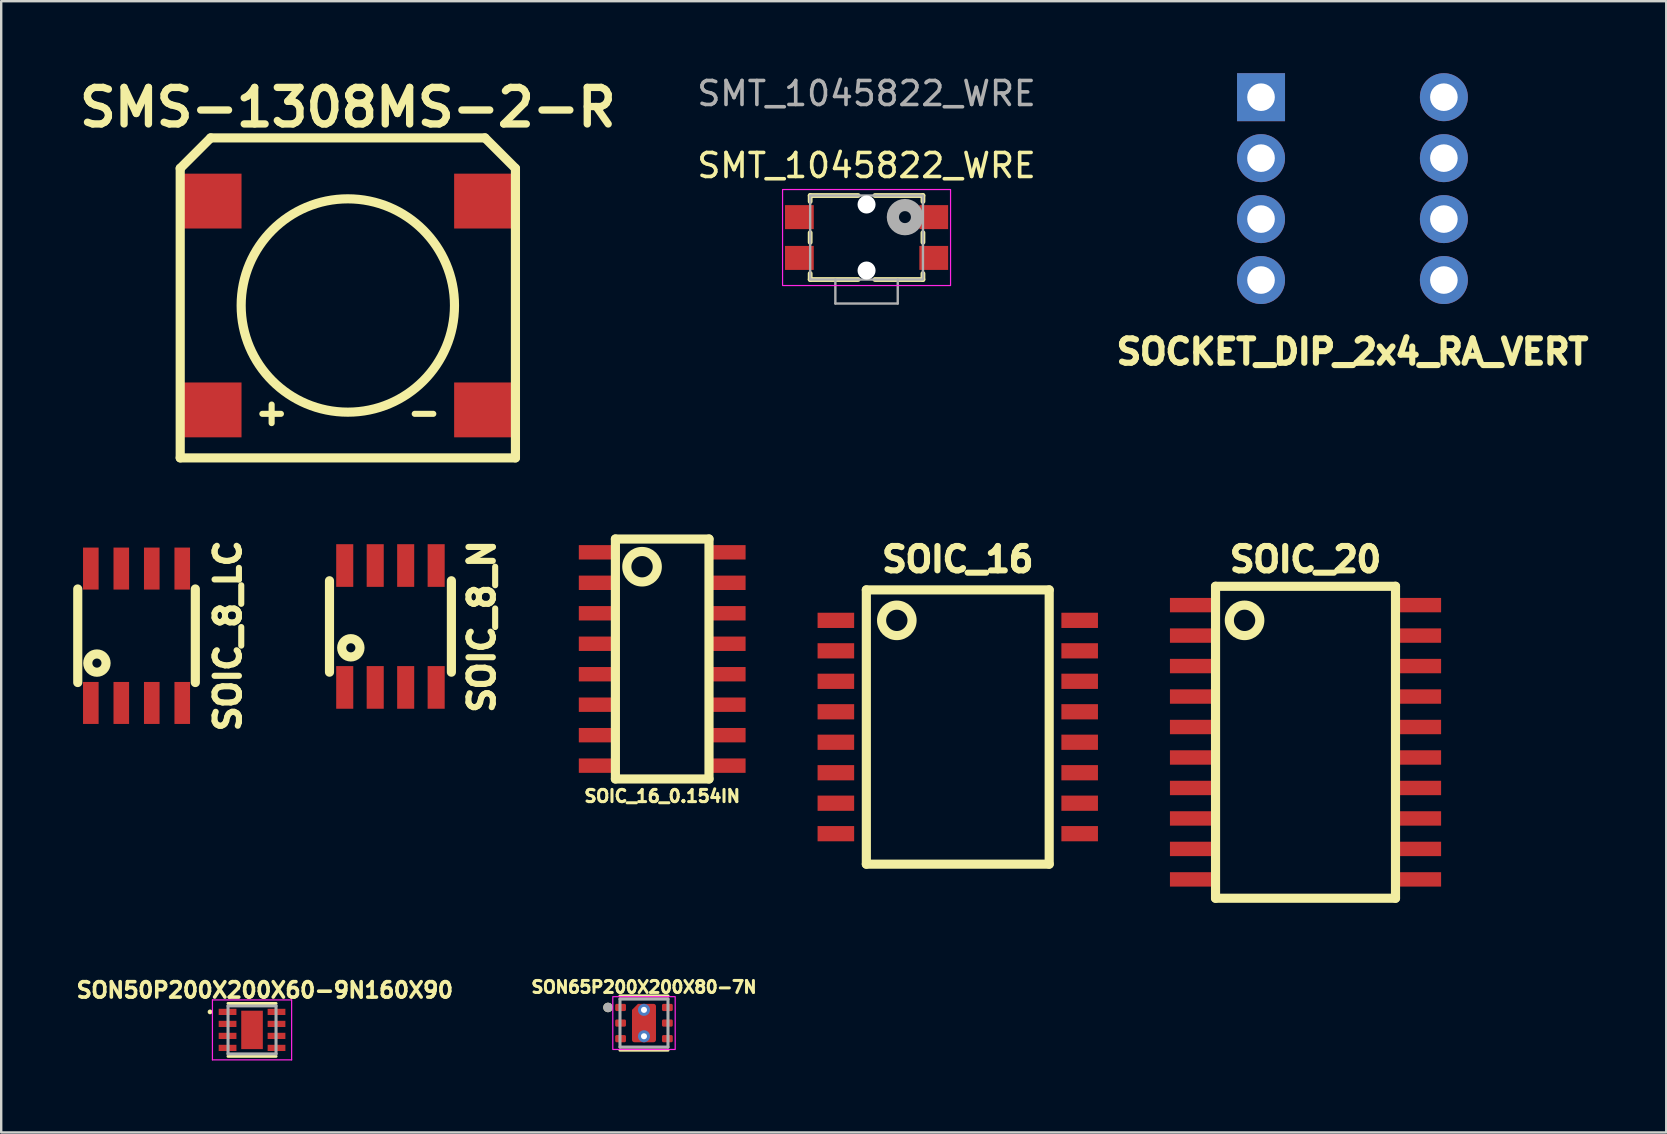
<source format=kicad_pcb>
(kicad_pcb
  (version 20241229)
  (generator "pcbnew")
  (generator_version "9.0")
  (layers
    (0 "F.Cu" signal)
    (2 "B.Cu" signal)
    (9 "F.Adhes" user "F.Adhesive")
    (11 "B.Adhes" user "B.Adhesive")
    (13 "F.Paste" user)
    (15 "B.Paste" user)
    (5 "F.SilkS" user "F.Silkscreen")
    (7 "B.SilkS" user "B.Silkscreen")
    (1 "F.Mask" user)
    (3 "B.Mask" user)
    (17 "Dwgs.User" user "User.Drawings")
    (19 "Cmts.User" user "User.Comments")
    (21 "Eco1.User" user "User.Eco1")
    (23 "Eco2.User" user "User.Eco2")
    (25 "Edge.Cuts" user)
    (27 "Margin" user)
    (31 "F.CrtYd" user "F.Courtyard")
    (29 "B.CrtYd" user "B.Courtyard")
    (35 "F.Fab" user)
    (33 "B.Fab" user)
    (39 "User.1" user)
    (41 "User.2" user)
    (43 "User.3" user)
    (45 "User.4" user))
  (footprint "SON50P200X200X60-9N160X90"
    (layer "F.Cu")
    (at 7.453 39.869)
    (property "Reference" "SON50P200X200X60-9N160X90" (at 0.532 -1.658 0) (layer "F.SilkS") (effects (font (size 0.641 0.641) (thickness 0.15))))
    (attr smd)
    (fp_line (start -1 -1.1) (end 1 -1.1) (stroke (width 0.127) (type solid)) (layer "F.SilkS"))
    (fp_line (start -1 1.1) (end 1 1.1) (stroke (width 0.127) (type solid)) (layer "F.SilkS"))
    (fp_circle (center -1.75 -0.75) (end -1.7 -0.75) (stroke (width 0.1) (type solid)) (fill no) (layer "F.SilkS"))
    (fp_poly (pts (xy -0.285 -0.505) (xy 0.285 -0.505) (xy 0.285 0.505) (xy -0.285 0.505)) (stroke (width 0.0001) (type solid)) (fill yes) (layer "F.Paste"))
    (fp_line (start -1.65 -1.25) (end 1.65 -1.25) (stroke (width 0.05) (type solid)) (layer "F.CrtYd"))
    (fp_line (start -1.65 1.25) (end -1.65 -1.25) (stroke (width 0.05) (type solid)) (layer "F.CrtYd"))
    (fp_line (start 1.65 -1.25) (end 1.65 1.25) (stroke (width 0.05) (type solid)) (layer "F.CrtYd"))
    (fp_line (start 1.65 1.25) (end -1.65 1.25) (stroke (width 0.05) (type solid)) (layer "F.CrtYd"))
    (fp_line (start -1 -1) (end 1 -1) (stroke (width 0.127) (type solid)) (layer "F.Fab"))
    (fp_line (start -1 1) (end -1 -1) (stroke (width 0.127) (type solid)) (layer "F.Fab"))
    (fp_line (start 1 -1) (end 1 1) (stroke (width 0.127) (type solid)) (layer "F.Fab"))
    (fp_line (start 1 1) (end -1 1) (stroke (width 0.127) (type solid)) (layer "F.Fab"))
    (pad "1" smd roundrect (at -1.02 -0.75) (size 0.74 0.26) (layers "F.Cu" "F.Mask" "F.Paste") (roundrect_rratio 0.01))
    (pad "2" smd roundrect (at -1.02 -0.25) (size 0.74 0.26) (layers "F.Cu" "F.Mask" "F.Paste") (roundrect_rratio 0.01))
    (pad "3" smd roundrect (at -1.02 0.25) (size 0.74 0.26) (layers "F.Cu" "F.Mask" "F.Paste") (roundrect_rratio 0.01))
    (pad "4" smd roundrect (at -1.02 0.75) (size 0.74 0.26) (layers "F.Cu" "F.Mask" "F.Paste") (roundrect_rratio 0.01))
    (pad "5" smd roundrect (at 1.02 0.75) (size 0.74 0.26) (layers "F.Cu" "F.Mask" "F.Paste") (roundrect_rratio 0.01))
    (pad "6" smd roundrect (at 1.02 0.25) (size 0.74 0.26) (layers "F.Cu" "F.Mask" "F.Paste") (roundrect_rratio 0.01))
    (pad "7" smd roundrect (at 1.02 -0.25) (size 0.74 0.26) (layers "F.Cu" "F.Mask" "F.Paste") (roundrect_rratio 0.01))
    (pad "8" smd roundrect (at 1.02 -0.75) (size 0.74 0.26) (layers "F.Cu" "F.Mask" "F.Paste") (roundrect_rratio 0.01))
    (pad "9" smd rect (at 0 0 90) (size 1.6 0.9) (layers "F.Cu" "F.Mask")))
  (footprint "SOIC_16"
    (layer "F.Cu")
    (at 36.863 26.612)
    (property "Reference" "SOIC_16" (at 0 -6.35 0) (layer "F.SilkS") (effects (font (size 1.016 1.016) (thickness 0.254))))
    (property "Value" "${VALUE}" (at 0 0 90) (layer "F.SilkS") (hide yes) (effects (font (size 1.016 1.016) (thickness 0.254))))
    (attr through_hole)
    (fp_line (start -3.81 -5.08) (end -3.81 6.35) (stroke (width 0.381) (type solid)) (layer "F.SilkS"))
    (fp_line (start -3.81 6.35) (end 3.81 6.35) (stroke (width 0.381) (type solid)) (layer "F.SilkS"))
    (fp_line (start 3.81 -5.08) (end -3.81 -5.08) (stroke (width 0.381) (type solid)) (layer "F.SilkS"))
    (fp_line (start 3.81 6.35) (end 3.81 -5.08) (stroke (width 0.381) (type solid)) (layer "F.SilkS"))
    (fp_circle (center -2.54 -3.81) (end -2.54 -4.445) (stroke (width 0.381) (type solid)) (fill no) (layer "F.SilkS"))
    (pad "1" smd rect (at -5.08 -3.81) (size 1.524 0.635) (layers "F.Cu" "F.Mask" "F.Paste"))
    (pad "2" smd rect (at -5.08 -2.54) (size 1.524 0.635) (layers "F.Cu" "F.Mask" "F.Paste"))
    (pad "3" smd rect (at -5.08 -1.27) (size 1.524 0.635) (layers "F.Cu" "F.Mask" "F.Paste"))
    (pad "4" smd rect (at -5.08 0) (size 1.524 0.635) (layers "F.Cu" "F.Mask" "F.Paste"))
    (pad "5" smd rect (at -5.08 1.27) (size 1.524 0.635) (layers "F.Cu" "F.Mask" "F.Paste"))
    (pad "6" smd rect (at -5.08 2.54) (size 1.524 0.635) (layers "F.Cu" "F.Mask" "F.Paste"))
    (pad "7" smd rect (at -5.08 3.81) (size 1.524 0.635) (layers "F.Cu" "F.Mask" "F.Paste"))
    (pad "8" smd rect (at -5.08 5.08) (size 1.524 0.635) (layers "F.Cu" "F.Mask" "F.Paste"))
    (pad "9" smd rect (at 5.08 5.08) (size 1.524 0.635) (layers "F.Cu" "F.Mask" "F.Paste"))
    (pad "10" smd rect (at 5.08 3.81) (size 1.524 0.635) (layers "F.Cu" "F.Mask" "F.Paste"))
    (pad "11" smd rect (at 5.08 2.54) (size 1.524 0.635) (layers "F.Cu" "F.Mask" "F.Paste"))
    (pad "12" smd rect (at 5.08 1.27) (size 1.524 0.635) (layers "F.Cu" "F.Mask" "F.Paste"))
    (pad "13" smd rect (at 5.08 0) (size 1.524 0.635) (layers "F.Cu" "F.Mask" "F.Paste"))
    (pad "14" smd rect (at 5.08 -1.27) (size 1.524 0.635) (layers "F.Cu" "F.Mask" "F.Paste"))
    (pad "15" smd rect (at 5.08 -2.54) (size 1.524 0.635) (layers "F.Cu" "F.Mask" "F.Paste"))
    (pad "16" smd rect (at 5.08 -3.81) (size 1.524 0.635) (layers "F.Cu" "F.Mask" "F.Paste")))
  (footprint "SMS-1308MS-2-R"
    (layer "F.Cu")
    (at 11.445 9.681)
    (property "Reference" "SMS-1308MS-2-R" (at 0 -8.255 0) (layer "F.SilkS") (effects (font (size 1.524 1.524) (thickness 0.305))))
    (property "Value" "${VALUE}" (at 0 8.255 0) (layer "F.SilkS") (hide yes) (effects (font (size 1.524 1.524) (thickness 0.305))))
    (attr through_hole)
    (fp_line (start -6.985 -5.715) (end -6.985 6.35) (stroke (width 0.381) (type solid)) (layer "F.SilkS"))
    (fp_line (start -6.985 -5.715) (end -5.715 -6.985) (stroke (width 0.381) (type solid)) (layer "F.SilkS"))
    (fp_line (start -5.715 -6.985) (end 5.715 -6.985) (stroke (width 0.381) (type solid)) (layer "F.SilkS"))
    (fp_line (start 6.985 -5.715) (end 5.715 -6.985) (stroke (width 0.381) (type solid)) (layer "F.SilkS"))
    (fp_line (start 6.985 -5.715) (end 6.985 6.35) (stroke (width 0.381) (type solid)) (layer "F.SilkS"))
    (fp_line (start 6.985 6.35) (end -6.985 6.35) (stroke (width 0.381) (type solid)) (layer "F.SilkS"))
    (fp_circle (center 0 0) (end 0 -4.445) (stroke (width 0.381) (type solid)) (fill no) (layer "F.SilkS"))
    (fp_text user "+" (at -3.175 4.445 0) (layer "F.SilkS") (effects (font (size 1.016 1.016) (thickness 0.254))))
    (fp_text user "-" (at 3.175 4.445 0) (layer "F.SilkS") (effects (font (size 1.016 1.016) (thickness 0.254))))
    (pad "" smd rect (at -5.7 -4.351) (size 2.54 2.286) (layers "F.Cu" "F.Mask" "F.Paste"))
    (pad "" smd rect (at 5.7 -4.351) (size 2.54 2.286) (layers "F.Cu" "F.Mask" "F.Paste"))
    (pad "1" smd rect (at -5.7 4.351) (size 2.54 2.286) (layers "F.Cu" "F.Mask" "F.Paste"))
    (pad "2" smd rect (at 5.7 4.351) (size 2.54 2.286) (layers "F.Cu" "F.Mask" "F.Paste")))
  (footprint "SOCKET_DIP_2x4_RA_VERT"
    (layer "F.Cu")
    (at 53.311 4.81)
    (property "Reference" "SOCKET_DIP_2x4_RA_VERT" (at 0 6.8 180) (layer "F.SilkS") (effects (font (size 1.016 1.016) (thickness 0.254))))
    (property "Value" "${VALUE}" (at 0 0 270) (layer "F.SilkS") (hide yes) (effects (font (size 1.016 1.016) (thickness 0.254))))
    (attr through_hole)
    (pad "1" thru_hole rect (at -3.81 -3.81 90) (size 2 2) (drill 1.15) (layers "*.Cu" "*.Mask"))
    (pad "2" thru_hole circle (at -3.81 -1.27 90) (size 2 2) (drill 1.15) (layers "*.Cu" "*.Mask"))
    (pad "3" thru_hole circle (at -3.81 1.27 90) (size 2 2) (drill 1.15) (layers "*.Cu" "*.Mask"))
    (pad "4" thru_hole circle (at -3.81 3.81 90) (size 2 2) (drill 1.15) (layers "*.Cu" "*.Mask"))
    (pad "5" thru_hole circle (at 3.81 3.81 90) (size 2 2) (drill 1.15) (layers "*.Cu" "*.Mask"))
    (pad "6" thru_hole circle (at 3.81 1.27 90) (size 2 2) (drill 1.15) (layers "*.Cu" "*.Mask"))
    (pad "7" thru_hole circle (at 3.81 -1.27 90) (size 2 2) (drill 1.15) (layers "*.Cu" "*.Mask"))
    (pad "8" thru_hole circle (at 3.81 -3.81 90) (size 2 2) (drill 1.15) (layers "*.Cu" "*.Mask")))
  (footprint "SOIC_8_LC"
    (layer "F.Cu")
    (at 2.64 23.444)
    (property "Reference" "SOIC_8_LC" (at 3.81 0 90) (layer "F.SilkS") (effects (font (size 1.016 1.016) (thickness 0.254))))
    (attr through_hole)
    (fp_line (start -2.45 -1.95) (end -2.45 1.95) (stroke (width 0.381) (type solid)) (layer "F.SilkS"))
    (fp_line (start 2.45 -1.95) (end 2.45 1.95) (stroke (width 0.381) (type solid)) (layer "F.SilkS"))
    (fp_circle (center -1.651 1.139) (end -1.651 0.758) (stroke (width 0.381) (type solid)) (fill no) (layer "F.SilkS"))
    (pad "1" smd rect (at -1.905 2.8) (size 0.65 1.75) (layers "F.Cu" "F.Mask"))
    (pad "2" smd rect (at -0.635 2.8) (size 0.65 1.75) (layers "F.Cu" "F.Mask"))
    (pad "3" smd rect (at 0.635 2.8) (size 0.65 1.75) (layers "F.Cu" "F.Mask"))
    (pad "4" smd rect (at 1.905 2.8) (size 0.65 1.75) (layers "F.Cu" "F.Mask"))
    (pad "5" smd rect (at 1.905 -2.8) (size 0.65 1.75) (layers "F.Cu" "F.Mask"))
    (pad "6" smd rect (at 0.635 -2.8) (size 0.65 1.75) (layers "F.Cu" "F.Mask"))
    (pad "7" smd rect (at -0.635 -2.8) (size 0.65 1.75) (layers "F.Cu" "F.Mask"))
    (pad "8" smd rect (at -1.905 -2.8) (size 0.65 1.75) (layers "F.Cu" "F.Mask")))
  (footprint "SOIC_16_0.154IN"
    (layer "F.Cu")
    (at 24.546 24.412)
    (property "Reference" "SOIC_16_0.154IN" (at 0 5.715 0) (layer "F.SilkS") (effects (font (size 0.508 0.508) (thickness 0.127))))
    (property "Value" "${VALUE}" (at 0 -0.635 90) (layer "F.Fab") (hide yes) (effects (font (size 0.508 0.508) (thickness 0.127))))
    (attr through_hole)
    (fp_line (start -1.95 -5) (end -1.95 5) (stroke (width 0.381) (type solid)) (layer "F.SilkS"))
    (fp_line (start -1.95 5) (end 1.95 5) (stroke (width 0.381) (type solid)) (layer "F.SilkS"))
    (fp_line (start 1.95 -5) (end -1.95 -5) (stroke (width 0.381) (type solid)) (layer "F.SilkS"))
    (fp_line (start 1.95 5) (end 1.95 -5) (stroke (width 0.381) (type solid)) (layer "F.SilkS"))
    (fp_circle (center -0.84 -3.845) (end -0.84 -4.48) (stroke (width 0.381) (type solid)) (fill no) (layer "F.SilkS"))
    (pad "1" smd rect (at -2.7 -4.445) (size 1.55 0.6) (layers "F.Cu" "F.Mask" "F.Paste"))
    (pad "2" smd rect (at -2.7 -3.175) (size 1.55 0.6) (layers "F.Cu" "F.Mask" "F.Paste"))
    (pad "3" smd rect (at -2.7 -1.905) (size 1.55 0.6) (layers "F.Cu" "F.Mask" "F.Paste"))
    (pad "4" smd rect (at -2.7 -0.635) (size 1.55 0.6) (layers "F.Cu" "F.Mask" "F.Paste"))
    (pad "5" smd rect (at -2.7 0.635) (size 1.55 0.6) (layers "F.Cu" "F.Mask" "F.Paste"))
    (pad "6" smd rect (at -2.7 1.905) (size 1.55 0.6) (layers "F.Cu" "F.Mask" "F.Paste"))
    (pad "7" smd rect (at -2.7 3.175) (size 1.55 0.6) (layers "F.Cu" "F.Mask" "F.Paste"))
    (pad "8" smd rect (at -2.7 4.445) (size 1.55 0.6) (layers "F.Cu" "F.Mask" "F.Paste"))
    (pad "9" smd rect (at 2.7 4.445) (size 1.55 0.6) (layers "F.Cu" "F.Mask" "F.Paste"))
    (pad "10" smd rect (at 2.7 3.175) (size 1.55 0.6) (layers "F.Cu" "F.Mask" "F.Paste"))
    (pad "11" smd rect (at 2.7 1.905) (size 1.55 0.6) (layers "F.Cu" "F.Mask" "F.Paste"))
    (pad "12" smd rect (at 2.7 0.635) (size 1.55 0.6) (layers "F.Cu" "F.Mask" "F.Paste"))
    (pad "13" smd rect (at 2.7 -0.635) (size 1.55 0.6) (layers "F.Cu" "F.Mask" "F.Paste"))
    (pad "14" smd rect (at 2.7 -1.905) (size 1.55 0.6) (layers "F.Cu" "F.Mask" "F.Paste"))
    (pad "15" smd rect (at 2.7 -3.175) (size 1.55 0.6) (layers "F.Cu" "F.Mask" "F.Paste"))
    (pad "16" smd rect (at 2.7 -4.445) (size 1.55 0.6) (layers "F.Cu" "F.Mask" "F.Paste")))
  (footprint "SON65P200X200X80-7N"
    (layer "F.Cu")
    (at 23.787 39.584)
    (property "Reference" "SON65P200X200X80-7N" (at 0 -1.5 0) (layer "F.SilkS") (effects (font (size 0.5 0.5) (thickness 0.125) (bold yes))))
    (attr smd)
    (fp_line (start -1 -1.13) (end 1 -1.13) (stroke (width 0.127) (type solid)) (layer "F.SilkS"))
    (fp_line (start -1 1.13) (end 1 1.13) (stroke (width 0.127) (type solid)) (layer "F.SilkS"))
    (fp_circle (center -1.5 -0.65) (end -1.4 -0.65) (stroke (width 0.2) (type solid)) (fill no) (layer "F.SilkS"))
    (fp_rect (start -1.3 -1.1) (end 1.3 1.1) (stroke (width 0.05) (type default)) (fill no) (layer "F.CrtYd"))
    (fp_line (start -1 -1) (end -1 1) (stroke (width 0.127) (type solid)) (layer "F.Fab"))
    (fp_line (start -1 -1) (end 1 -1) (stroke (width 0.127) (type solid)) (layer "F.Fab"))
    (fp_line (start -1 1) (end 1 1) (stroke (width 0.127) (type solid)) (layer "F.Fab"))
    (fp_line (start 1 -1) (end 1 1) (stroke (width 0.127) (type solid)) (layer "F.Fab"))
    (fp_circle (center -1.5 -0.65) (end -1.4 -0.65) (stroke (width 0.2) (type solid)) (fill no) (layer "F.Fab"))
    (pad "" smd roundrect (at 0 -0.45) (size 1 0.7) (layers "F.Paste") (roundrect_rratio 0.1) (chamfer_ratio 0.4) (chamfer top_left))
    (pad "" smd roundrect (at 0 0.45) (size 1 0.7) (layers "F.Paste") (roundrect_rratio 0.1))
    (pad "1" smd roundrect (at -0.975 -0.65) (size 0.45 0.3) (layers "F.Cu" "F.Mask" "F.Paste") (roundrect_rratio 0.2))
    (pad "2" smd roundrect (at -0.975 0) (size 0.45 0.3) (layers "F.Cu" "F.Mask" "F.Paste") (roundrect_rratio 0.2))
    (pad "3" smd roundrect (at -0.975 0.65) (size 0.45 0.3) (layers "F.Cu" "F.Mask" "F.Paste") (roundrect_rratio 0.2))
    (pad "4" smd roundrect (at 0.975 0.65) (size 0.45 0.3) (layers "F.Cu" "F.Mask" "F.Paste") (roundrect_rratio 0.2))
    (pad "5" smd roundrect (at 0.975 0) (size 0.45 0.3) (layers "F.Cu" "F.Mask" "F.Paste") (roundrect_rratio 0.2))
    (pad "6" smd roundrect (at 0.975 -0.65) (size 0.45 0.3) (layers "F.Cu" "F.Mask" "F.Paste") (roundrect_rratio 0.2))
    (pad "7" thru_hole circle (at 0 -0.55) (size 0.5 0.5) (drill 0.254) (layers "*.Cu" "*.Mask"))
    (pad "7" smd roundrect (at 0 0) (size 1 1.6) (layers "F.Cu" "F.Mask") (roundrect_rratio 0.1) (chamfer_ratio 0.25) (chamfer top_left))
    (pad "7" thru_hole circle (at 0 0.55) (size 0.5 0.5) (drill 0.254) (layers "*.Cu" "*.Mask")))
  (footprint "SMT_1045822_WRE"
    (layer "F.Cu")
    (at 33.062 6.848)
    (property "Reference" "SMT_1045822_WRE" (at 0 -3 0) (unlocked yes) (layer "F.SilkS") (effects (font (size 1 1) (thickness 0.15))))
    (attr smd)
    (fp_line (start -2.35 -1.75) (end -2.35 -1.5) (stroke (width 0.2) (type default)) (layer "F.SilkS"))
    (fp_line (start -2.35 -1.75) (end -0.35 -1.75) (stroke (width 0.2) (type default)) (layer "F.SilkS"))
    (fp_line (start -2.35 -0.2) (end -2.35 0.2) (stroke (width 0.2) (type default)) (layer "F.SilkS"))
    (fp_line (start -2.35 1.75) (end -2.35 1.5) (stroke (width 0.2) (type default)) (layer "F.SilkS"))
    (fp_line (start -2.35 1.75) (end -0.35 1.75) (stroke (width 0.2) (type default)) (layer "F.SilkS"))
    (fp_line (start 0.35 -1.75) (end 2.35 -1.75) (stroke (width 0.2) (type default)) (layer "F.SilkS"))
    (fp_line (start 2.35 -1.75) (end 2.35 -1.5) (stroke (width 0.2) (type default)) (layer "F.SilkS"))
    (fp_line (start 2.35 -0.2) (end 2.35 0.2) (stroke (width 0.2) (type default)) (layer "F.SilkS"))
    (fp_line (start 2.35 1.75) (end 0.35 1.75) (stroke (width 0.2) (type default)) (layer "F.SilkS"))
    (fp_line (start 2.35 1.75) (end 2.35 1.5) (stroke (width 0.2) (type default)) (layer "F.SilkS"))
    (fp_rect (start -3.5 -2) (end 3.5 2) (stroke (width 0.05) (type default)) (fill no) (layer "F.CrtYd"))
    (fp_line (start -1.3 2.75) (end -1.3 1.75) (stroke (width 0.1) (type default)) (layer "F.Fab"))
    (fp_line (start -1.3 2.75) (end 1.3 2.75) (stroke (width 0.1) (type default)) (layer "F.Fab"))
    (fp_line (start 1.3 2.75) (end 1.3 1.75) (stroke (width 0.1) (type default)) (layer "F.Fab"))
    (fp_rect (start -2.35 -1.75) (end 2.35 1.75) (stroke (width 0.1) (type default)) (fill no) (layer "F.Fab"))
    (fp_circle (center 1.6 -0.85) (end 1.85 -0.85) (stroke (width 0.508) (type solid)) (fill no) (layer "F.Fab"))
    (fp_text user "${REFERENCE}" (at 0 -6 0) (unlocked yes) (layer "F.Fab") (effects (font (size 1 1) (thickness 0.15))))
    (pad "" np_thru_hole circle (at 0 -1.375) (size 0.75 0.75) (drill 0.75) (layers "*.Cu" "*.Mask"))
    (pad "" np_thru_hole circle (at 0 1.375) (size 0.75 0.75) (drill 0.75) (layers "*.Cu" "*.Mask"))
    (pad "1" smd rect (at 2.8 -0.85) (size 1.2 1) (layers "F.Cu" "F.Mask" "F.Paste"))
    (pad "2" smd rect (at 2.8 0.85) (size 1.2 1) (layers "F.Cu" "F.Mask" "F.Paste"))
    (pad "3" smd rect (at -2.8 -0.85) (size 1.2 1) (layers "F.Cu" "F.Mask" "F.Paste"))
    (pad "4" smd rect (at -2.8 0.85) (size 1.2 1) (layers "F.Cu" "F.Mask" "F.Paste")))
  (footprint "SOIC_8_N"
    (layer "F.Cu")
    (at 13.221 23.057)
    (property "Reference" "SOIC_8_N" (at 3.81 0 90) (layer "F.SilkS") (effects (font (size 1.016 1.016) (thickness 0.254))))
    (attr through_hole)
    (fp_line (start -2.54 -1.905) (end -2.54 1.905) (stroke (width 0.381) (type solid)) (layer "F.SilkS"))
    (fp_line (start 2.54 -1.905) (end 2.54 1.905) (stroke (width 0.381) (type solid)) (layer "F.SilkS"))
    (fp_circle (center -1.651 0.889) (end -1.651 0.508) (stroke (width 0.381) (type solid)) (fill no) (layer "F.SilkS"))
    (pad "1" smd rect (at -1.905 2.54) (size 0.711 1.778) (layers "F.Cu" "F.Mask"))
    (pad "2" smd rect (at -0.635 2.54) (size 0.711 1.778) (layers "F.Cu" "F.Mask"))
    (pad "3" smd rect (at 0.635 2.54) (size 0.711 1.778) (layers "F.Cu" "F.Mask"))
    (pad "4" smd rect (at 1.905 2.54) (size 0.711 1.778) (layers "F.Cu" "F.Mask"))
    (pad "5" smd rect (at 1.905 -2.54) (size 0.711 1.778) (layers "F.Cu" "F.Mask"))
    (pad "6" smd rect (at 0.635 -2.54) (size 0.711 1.778) (layers "F.Cu" "F.Mask"))
    (pad "7" smd rect (at -0.635 -2.54) (size 0.711 1.778) (layers "F.Cu" "F.Mask"))
    (pad "8" smd rect (at -1.905 -2.54) (size 0.711 1.778) (layers "F.Cu" "F.Mask")))
  (footprint "SOIC_20"
    (layer "F.Cu")
    (at 51.355 27.882)
    (property "Reference" "SOIC_20" (at 0 -7.62 0) (layer "F.SilkS") (effects (font (size 1.016 1.016) (thickness 0.254))))
    (property "Value" "${VALUE}" (at 0 0 0) (layer "F.SilkS") (hide yes) (effects (font (size 1.016 1.016) (thickness 0.254))))
    (attr through_hole)
    (fp_line (start -3.75 -6.5) (end -3.75 6.5) (stroke (width 0.381) (type solid)) (layer "F.SilkS"))
    (fp_line (start -3.75 6.5) (end 3.75 6.5) (stroke (width 0.381) (type solid)) (layer "F.SilkS"))
    (fp_line (start 3.75 -6.5) (end -3.75 -6.5) (stroke (width 0.381) (type solid)) (layer "F.SilkS"))
    (fp_line (start 3.75 6.5) (end 3.75 -6.5) (stroke (width 0.381) (type solid)) (layer "F.SilkS"))
    (fp_circle (center -2.54 -5.08) (end -2.54 -5.715) (stroke (width 0.381) (type solid)) (fill no) (layer "F.SilkS"))
    (pad "1" smd rect (at -4.65 -5.715) (size 2 0.6) (layers "F.Cu" "F.Mask" "F.Paste"))
    (pad "2" smd rect (at -4.65 -4.445) (size 2 0.6) (layers "F.Cu" "F.Mask" "F.Paste"))
    (pad "3" smd rect (at -4.65 -3.175) (size 2 0.6) (layers "F.Cu" "F.Mask" "F.Paste"))
    (pad "4" smd rect (at -4.65 -1.905) (size 2 0.6) (layers "F.Cu" "F.Mask" "F.Paste"))
    (pad "5" smd rect (at -4.65 -0.635) (size 2 0.6) (layers "F.Cu" "F.Mask" "F.Paste"))
    (pad "6" smd rect (at -4.65 0.635) (size 2 0.6) (layers "F.Cu" "F.Mask" "F.Paste"))
    (pad "7" smd rect (at -4.65 1.905) (size 2 0.6) (layers "F.Cu" "F.Mask" "F.Paste"))
    (pad "8" smd rect (at -4.65 3.175) (size 2 0.6) (layers "F.Cu" "F.Mask" "F.Paste"))
    (pad "9" smd rect (at -4.65 4.445) (size 2 0.6) (layers "F.Cu" "F.Mask" "F.Paste"))
    (pad "10" smd rect (at -4.65 5.715) (size 2 0.6) (layers "F.Cu" "F.Mask" "F.Paste"))
    (pad "11" smd rect (at 4.65 5.715) (size 2 0.6) (layers "F.Cu" "F.Mask" "F.Paste"))
    (pad "12" smd rect (at 4.65 4.445) (size 2 0.6) (layers "F.Cu" "F.Mask" "F.Paste"))
    (pad "13" smd rect (at 4.65 3.175) (size 2 0.6) (layers "F.Cu" "F.Mask" "F.Paste"))
    (pad "14" smd rect (at 4.65 1.905) (size 2 0.6) (layers "F.Cu" "F.Mask" "F.Paste"))
    (pad "15" smd rect (at 4.65 0.635) (size 2 0.6) (layers "F.Cu" "F.Mask" "F.Paste"))
    (pad "16" smd rect (at 4.65 -0.635) (size 2 0.6) (layers "F.Cu" "F.Mask" "F.Paste"))
    (pad "17" smd rect (at 4.65 -1.905) (size 2 0.6) (layers "F.Cu" "F.Mask" "F.Paste"))
    (pad "18" smd rect (at 4.65 -3.175) (size 2 0.6) (layers "F.Cu" "F.Mask" "F.Paste"))
    (pad "19" smd rect (at 4.65 -4.445) (size 2 0.6) (layers "F.Cu" "F.Mask" "F.Paste"))
    (pad "20" smd rect (at 4.65 -5.715) (size 2 0.6) (layers "F.Cu" "F.Mask" "F.Paste")))
  (gr_rect
    (start -3 -3)
    (end 66.387 44.144)
    (stroke (width 0.1) (type default))
    (fill no)
    (layer "Edge.Cuts")))
</source>
